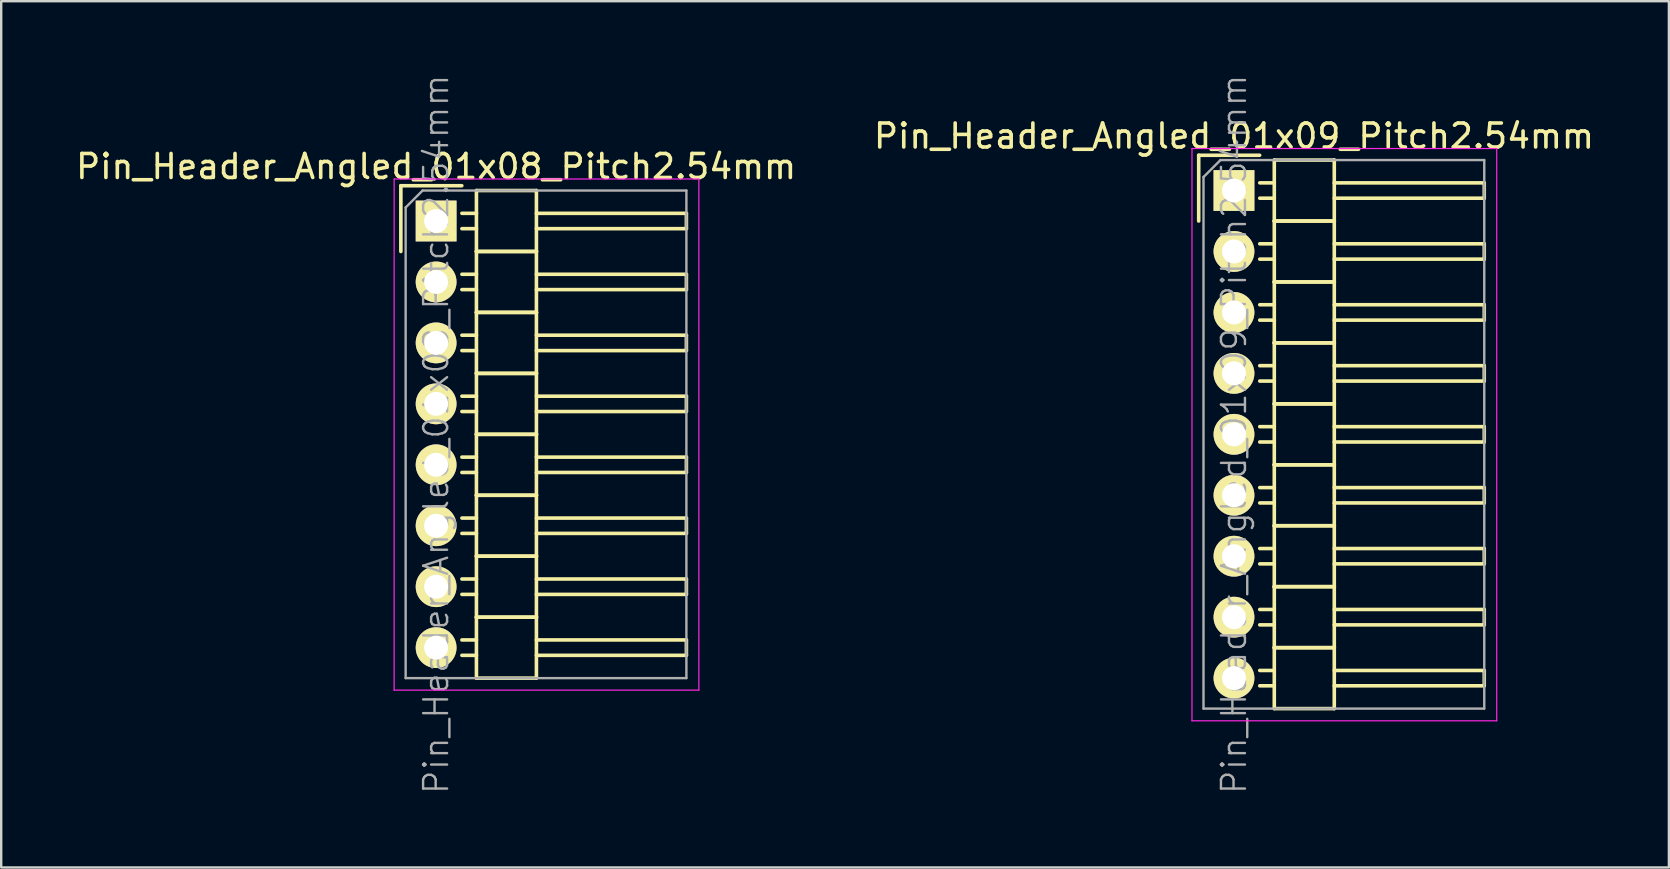
<source format=kicad_pcb>
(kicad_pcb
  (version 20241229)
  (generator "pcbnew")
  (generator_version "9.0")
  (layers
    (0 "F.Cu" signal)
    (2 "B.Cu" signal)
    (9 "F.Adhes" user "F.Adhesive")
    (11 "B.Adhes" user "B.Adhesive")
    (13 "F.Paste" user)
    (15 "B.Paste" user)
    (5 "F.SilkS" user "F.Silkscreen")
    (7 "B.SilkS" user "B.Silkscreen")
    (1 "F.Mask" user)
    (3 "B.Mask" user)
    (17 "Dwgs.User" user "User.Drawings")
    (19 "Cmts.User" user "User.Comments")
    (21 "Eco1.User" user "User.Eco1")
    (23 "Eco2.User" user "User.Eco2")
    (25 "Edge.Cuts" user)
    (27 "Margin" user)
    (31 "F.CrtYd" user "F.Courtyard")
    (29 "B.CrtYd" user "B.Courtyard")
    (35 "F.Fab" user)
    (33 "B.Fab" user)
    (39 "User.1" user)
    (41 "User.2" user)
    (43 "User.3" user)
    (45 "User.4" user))
  (footprint "Pin_Header_Angled_01x08_Pitch2.54mm"
    (layer "F.Cu")
    (at 15.125 6.16)
    (property "Reference" "Pin_Header_Angled_01x08_Pitch2.54mm" (at 0 -2.27 0) (layer "F.SilkS") (effects (font (size 1 1) (thickness 0.15))))
    (attr smd)
    (fp_line (start -1.47 -1.47) (end -1.47 1.27) (stroke (width 0.15) (type solid)) (layer "F.SilkS"))
    (fp_line (start -1.47 -1.47) (end 1.07 -1.47) (stroke (width 0.15) (type solid)) (layer "F.SilkS"))
    (fp_line (start 1.68 -0.32) (end 1.075 -0.32) (stroke (width 0.15) (type solid)) (layer "F.SilkS"))
    (fp_line (start 1.68 0.32) (end 1.075 0.32) (stroke (width 0.15) (type solid)) (layer "F.SilkS"))
    (fp_line (start 1.68 1.27) (end 1.68 -1.27) (stroke (width 0.15) (type solid)) (layer "F.SilkS"))
    (fp_line (start 1.68 2.22) (end 1.075 2.22) (stroke (width 0.15) (type solid)) (layer "F.SilkS"))
    (fp_line (start 1.68 2.86) (end 1.075 2.86) (stroke (width 0.15) (type solid)) (layer "F.SilkS"))
    (fp_line (start 1.68 3.81) (end 1.68 1.27) (stroke (width 0.15) (type solid)) (layer "F.SilkS"))
    (fp_line (start 1.68 4.76) (end 1.075 4.76) (stroke (width 0.15) (type solid)) (layer "F.SilkS"))
    (fp_line (start 1.68 5.4) (end 1.075 5.4) (stroke (width 0.15) (type solid)) (layer "F.SilkS"))
    (fp_line (start 1.68 6.35) (end 1.68 3.81) (stroke (width 0.15) (type solid)) (layer "F.SilkS"))
    (fp_line (start 1.68 7.3) (end 1.075 7.3) (stroke (width 0.15) (type solid)) (layer "F.SilkS"))
    (fp_line (start 1.68 7.94) (end 1.075 7.94) (stroke (width 0.15) (type solid)) (layer "F.SilkS"))
    (fp_line (start 1.68 8.89) (end 1.68 6.35) (stroke (width 0.15) (type solid)) (layer "F.SilkS"))
    (fp_line (start 1.68 9.84) (end 1.075 9.84) (stroke (width 0.15) (type solid)) (layer "F.SilkS"))
    (fp_line (start 1.68 10.48) (end 1.075 10.48) (stroke (width 0.15) (type solid)) (layer "F.SilkS"))
    (fp_line (start 1.68 11.43) (end 1.68 8.89) (stroke (width 0.15) (type solid)) (layer "F.SilkS"))
    (fp_line (start 1.68 12.38) (end 1.075 12.38) (stroke (width 0.15) (type solid)) (layer "F.SilkS"))
    (fp_line (start 1.68 13.02) (end 1.075 13.02) (stroke (width 0.15) (type solid)) (layer "F.SilkS"))
    (fp_line (start 1.68 13.97) (end 1.68 11.43) (stroke (width 0.15) (type solid)) (layer "F.SilkS"))
    (fp_line (start 1.68 14.92) (end 1.075 14.92) (stroke (width 0.15) (type solid)) (layer "F.SilkS"))
    (fp_line (start 1.68 15.56) (end 1.075 15.56) (stroke (width 0.15) (type solid)) (layer "F.SilkS"))
    (fp_line (start 1.68 16.51) (end 1.68 13.97) (stroke (width 0.15) (type solid)) (layer "F.SilkS"))
    (fp_line (start 1.68 17.46) (end 1.075 17.46) (stroke (width 0.15) (type solid)) (layer "F.SilkS"))
    (fp_line (start 1.68 18.1) (end 1.075 18.1) (stroke (width 0.15) (type solid)) (layer "F.SilkS"))
    (fp_line (start 1.68 19.05) (end 1.68 16.51) (stroke (width 0.15) (type solid)) (layer "F.SilkS"))
    (fp_line (start 4.18 -1.27) (end 1.68 -1.27) (stroke (width 0.15) (type solid)) (layer "F.SilkS"))
    (fp_line (start 4.18 -0.32) (end 10.43 -0.32) (stroke (width 0.15) (type solid)) (layer "F.SilkS"))
    (fp_line (start 4.18 0.32) (end 10.43 0.32) (stroke (width 0.15) (type solid)) (layer "F.SilkS"))
    (fp_line (start 4.18 1.27) (end 1.68 1.27) (stroke (width 0.15) (type solid)) (layer "F.SilkS"))
    (fp_line (start 4.18 1.27) (end 1.68 1.27) (stroke (width 0.15) (type solid)) (layer "F.SilkS"))
    (fp_line (start 4.18 1.27) (end 4.18 -1.27) (stroke (width 0.15) (type solid)) (layer "F.SilkS"))
    (fp_line (start 4.18 2.22) (end 10.43 2.22) (stroke (width 0.15) (type solid)) (layer "F.SilkS"))
    (fp_line (start 4.18 2.86) (end 10.43 2.86) (stroke (width 0.15) (type solid)) (layer "F.SilkS"))
    (fp_line (start 4.18 3.81) (end 1.68 3.81) (stroke (width 0.15) (type solid)) (layer "F.SilkS"))
    (fp_line (start 4.18 3.81) (end 1.68 3.81) (stroke (width 0.15) (type solid)) (layer "F.SilkS"))
    (fp_line (start 4.18 3.81) (end 4.18 1.27) (stroke (width 0.15) (type solid)) (layer "F.SilkS"))
    (fp_line (start 4.18 4.76) (end 10.43 4.76) (stroke (width 0.15) (type solid)) (layer "F.SilkS"))
    (fp_line (start 4.18 5.4) (end 10.43 5.4) (stroke (width 0.15) (type solid)) (layer "F.SilkS"))
    (fp_line (start 4.18 6.35) (end 1.68 6.35) (stroke (width 0.15) (type solid)) (layer "F.SilkS"))
    (fp_line (start 4.18 6.35) (end 1.68 6.35) (stroke (width 0.15) (type solid)) (layer "F.SilkS"))
    (fp_line (start 4.18 6.35) (end 4.18 3.81) (stroke (width 0.15) (type solid)) (layer "F.SilkS"))
    (fp_line (start 4.18 7.3) (end 10.43 7.3) (stroke (width 0.15) (type solid)) (layer "F.SilkS"))
    (fp_line (start 4.18 7.94) (end 10.43 7.94) (stroke (width 0.15) (type solid)) (layer "F.SilkS"))
    (fp_line (start 4.18 8.89) (end 1.68 8.89) (stroke (width 0.15) (type solid)) (layer "F.SilkS"))
    (fp_line (start 4.18 8.89) (end 1.68 8.89) (stroke (width 0.15) (type solid)) (layer "F.SilkS"))
    (fp_line (start 4.18 8.89) (end 4.18 6.35) (stroke (width 0.15) (type solid)) (layer "F.SilkS"))
    (fp_line (start 4.18 9.84) (end 10.43 9.84) (stroke (width 0.15) (type solid)) (layer "F.SilkS"))
    (fp_line (start 4.18 10.48) (end 10.43 10.48) (stroke (width 0.15) (type solid)) (layer "F.SilkS"))
    (fp_line (start 4.18 11.43) (end 1.68 11.43) (stroke (width 0.15) (type solid)) (layer "F.SilkS"))
    (fp_line (start 4.18 11.43) (end 1.68 11.43) (stroke (width 0.15) (type solid)) (layer "F.SilkS"))
    (fp_line (start 4.18 11.43) (end 4.18 8.89) (stroke (width 0.15) (type solid)) (layer "F.SilkS"))
    (fp_line (start 4.18 12.38) (end 10.43 12.38) (stroke (width 0.15) (type solid)) (layer "F.SilkS"))
    (fp_line (start 4.18 13.02) (end 10.43 13.02) (stroke (width 0.15) (type solid)) (layer "F.SilkS"))
    (fp_line (start 4.18 13.97) (end 1.68 13.97) (stroke (width 0.15) (type solid)) (layer "F.SilkS"))
    (fp_line (start 4.18 13.97) (end 1.68 13.97) (stroke (width 0.15) (type solid)) (layer "F.SilkS"))
    (fp_line (start 4.18 13.97) (end 4.18 11.43) (stroke (width 0.15) (type solid)) (layer "F.SilkS"))
    (fp_line (start 4.18 14.92) (end 10.43 14.92) (stroke (width 0.15) (type solid)) (layer "F.SilkS"))
    (fp_line (start 4.18 15.56) (end 10.43 15.56) (stroke (width 0.15) (type solid)) (layer "F.SilkS"))
    (fp_line (start 4.18 16.51) (end 1.68 16.51) (stroke (width 0.15) (type solid)) (layer "F.SilkS"))
    (fp_line (start 4.18 16.51) (end 1.68 16.51) (stroke (width 0.15) (type solid)) (layer "F.SilkS"))
    (fp_line (start 4.18 16.51) (end 4.18 13.97) (stroke (width 0.15) (type solid)) (layer "F.SilkS"))
    (fp_line (start 4.18 17.46) (end 10.43 17.46) (stroke (width 0.15) (type solid)) (layer "F.SilkS"))
    (fp_line (start 4.18 18.1) (end 10.43 18.1) (stroke (width 0.15) (type solid)) (layer "F.SilkS"))
    (fp_line (start 4.18 19.05) (end 1.68 19.05) (stroke (width 0.15) (type solid)) (layer "F.SilkS"))
    (fp_line (start 4.18 19.05) (end 4.18 16.51) (stroke (width 0.15) (type solid)) (layer "F.SilkS"))
    (fp_line (start 10.43 0.32) (end 10.43 -0.32) (stroke (width 0.15) (type solid)) (layer "F.SilkS"))
    (fp_line (start 10.43 2.86) (end 10.43 2.22) (stroke (width 0.15) (type solid)) (layer "F.SilkS"))
    (fp_line (start 10.43 5.4) (end 10.43 4.76) (stroke (width 0.15) (type solid)) (layer "F.SilkS"))
    (fp_line (start 10.43 7.94) (end 10.43 7.3) (stroke (width 0.15) (type solid)) (layer "F.SilkS"))
    (fp_line (start 10.43 10.48) (end 10.43 9.84) (stroke (width 0.15) (type solid)) (layer "F.SilkS"))
    (fp_line (start 10.43 13.02) (end 10.43 12.38) (stroke (width 0.15) (type solid)) (layer "F.SilkS"))
    (fp_line (start 10.43 15.56) (end 10.43 14.92) (stroke (width 0.15) (type solid)) (layer "F.SilkS"))
    (fp_line (start 10.43 18.1) (end 10.43 17.46) (stroke (width 0.15) (type solid)) (layer "F.SilkS"))
    (fp_line (start -1.75 -1.75) (end -1.75 19.55) (stroke (width 0.05) (type solid)) (layer "F.CrtYd"))
    (fp_line (start 10.95 -1.75) (end -1.75 -1.75) (stroke (width 0.05) (type solid)) (layer "F.CrtYd"))
    (fp_line (start 10.95 -1.75) (end 10.95 19.55) (stroke (width 0.05) (type solid)) (layer "F.CrtYd"))
    (fp_line (start 10.95 19.55) (end -1.75 19.55) (stroke (width 0.05) (type solid)) (layer "F.CrtYd"))
    (fp_line (start -1.27 -0.563) (end -0.563 -1.27) (stroke (width 0.1) (type solid)) (layer "F.Fab"))
    (fp_line (start -1.27 19.05) (end -1.27 -0.563) (stroke (width 0.1) (type solid)) (layer "F.Fab"))
    (fp_line (start 10.43 -1.27) (end -0.563 -1.27) (stroke (width 0.1) (type solid)) (layer "F.Fab"))
    (fp_line (start 10.43 19.05) (end -1.27 19.05) (stroke (width 0.1) (type solid)) (layer "F.Fab"))
    (fp_line (start 10.43 19.05) (end 10.43 -1.27) (stroke (width 0.1) (type solid)) (layer "F.Fab"))
    (fp_text user "${REFERENCE}" (at 0 8.89 90) (layer "F.Fab") (effects (font (size 1 1) (thickness 0.1))))
    (pad "1" thru_hole rect (at 0 0) (size 1.7 1.7) (drill 1) (layers "*.Cu" "*.Mask" "F.SilkS"))
    (pad "2" thru_hole oval (at 0 2.54) (size 1.7 1.7) (drill 1) (layers "*.Cu" "*.Mask" "F.SilkS"))
    (pad "3" thru_hole oval (at 0 5.08) (size 1.7 1.7) (drill 1) (layers "*.Cu" "*.Mask" "F.SilkS"))
    (pad "4" thru_hole oval (at 0 7.62) (size 1.7 1.7) (drill 1) (layers "*.Cu" "*.Mask" "F.SilkS"))
    (pad "5" thru_hole oval (at 0 10.16) (size 1.7 1.7) (drill 1) (layers "*.Cu" "*.Mask" "F.SilkS"))
    (pad "6" thru_hole oval (at 0 12.7) (size 1.7 1.7) (drill 1) (layers "*.Cu" "*.Mask" "F.SilkS"))
    (pad "7" thru_hole oval (at 0 15.24) (size 1.7 1.7) (drill 1) (layers "*.Cu" "*.Mask" "F.SilkS"))
    (pad "8" thru_hole oval (at 0 17.78) (size 1.7 1.7) (drill 1) (layers "*.Cu" "*.Mask" "F.SilkS")))
  (footprint "Pin_Header_Angled_01x09_Pitch2.54mm"
    (layer "F.Cu")
    (at 48.375 4.89)
    (property "Reference" "Pin_Header_Angled_01x09_Pitch2.54mm" (at 0 -2.27 0) (layer "F.SilkS") (effects (font (size 1 1) (thickness 0.15))))
    (attr smd)
    (fp_line (start -1.47 -1.47) (end -1.47 1.27) (stroke (width 0.15) (type solid)) (layer "F.SilkS"))
    (fp_line (start -1.47 -1.47) (end 1.07 -1.47) (stroke (width 0.15) (type solid)) (layer "F.SilkS"))
    (fp_line (start 1.68 -0.32) (end 1.075 -0.32) (stroke (width 0.15) (type solid)) (layer "F.SilkS"))
    (fp_line (start 1.68 0.32) (end 1.075 0.32) (stroke (width 0.15) (type solid)) (layer "F.SilkS"))
    (fp_line (start 1.68 1.27) (end 1.68 -1.27) (stroke (width 0.15) (type solid)) (layer "F.SilkS"))
    (fp_line (start 1.68 2.22) (end 1.075 2.22) (stroke (width 0.15) (type solid)) (layer "F.SilkS"))
    (fp_line (start 1.68 2.86) (end 1.075 2.86) (stroke (width 0.15) (type solid)) (layer "F.SilkS"))
    (fp_line (start 1.68 3.81) (end 1.68 1.27) (stroke (width 0.15) (type solid)) (layer "F.SilkS"))
    (fp_line (start 1.68 4.76) (end 1.075 4.76) (stroke (width 0.15) (type solid)) (layer "F.SilkS"))
    (fp_line (start 1.68 5.4) (end 1.075 5.4) (stroke (width 0.15) (type solid)) (layer "F.SilkS"))
    (fp_line (start 1.68 6.35) (end 1.68 3.81) (stroke (width 0.15) (type solid)) (layer "F.SilkS"))
    (fp_line (start 1.68 7.3) (end 1.075 7.3) (stroke (width 0.15) (type solid)) (layer "F.SilkS"))
    (fp_line (start 1.68 7.94) (end 1.075 7.94) (stroke (width 0.15) (type solid)) (layer "F.SilkS"))
    (fp_line (start 1.68 8.89) (end 1.68 6.35) (stroke (width 0.15) (type solid)) (layer "F.SilkS"))
    (fp_line (start 1.68 9.84) (end 1.075 9.84) (stroke (width 0.15) (type solid)) (layer "F.SilkS"))
    (fp_line (start 1.68 10.48) (end 1.075 10.48) (stroke (width 0.15) (type solid)) (layer "F.SilkS"))
    (fp_line (start 1.68 11.43) (end 1.68 8.89) (stroke (width 0.15) (type solid)) (layer "F.SilkS"))
    (fp_line (start 1.68 12.38) (end 1.075 12.38) (stroke (width 0.15) (type solid)) (layer "F.SilkS"))
    (fp_line (start 1.68 13.02) (end 1.075 13.02) (stroke (width 0.15) (type solid)) (layer "F.SilkS"))
    (fp_line (start 1.68 13.97) (end 1.68 11.43) (stroke (width 0.15) (type solid)) (layer "F.SilkS"))
    (fp_line (start 1.68 14.92) (end 1.075 14.92) (stroke (width 0.15) (type solid)) (layer "F.SilkS"))
    (fp_line (start 1.68 15.56) (end 1.075 15.56) (stroke (width 0.15) (type solid)) (layer "F.SilkS"))
    (fp_line (start 1.68 16.51) (end 1.68 13.97) (stroke (width 0.15) (type solid)) (layer "F.SilkS"))
    (fp_line (start 1.68 17.46) (end 1.075 17.46) (stroke (width 0.15) (type solid)) (layer "F.SilkS"))
    (fp_line (start 1.68 18.1) (end 1.075 18.1) (stroke (width 0.15) (type solid)) (layer "F.SilkS"))
    (fp_line (start 1.68 19.05) (end 1.68 16.51) (stroke (width 0.15) (type solid)) (layer "F.SilkS"))
    (fp_line (start 1.68 20) (end 1.075 20) (stroke (width 0.15) (type solid)) (layer "F.SilkS"))
    (fp_line (start 1.68 20.64) (end 1.075 20.64) (stroke (width 0.15) (type solid)) (layer "F.SilkS"))
    (fp_line (start 1.68 21.59) (end 1.68 19.05) (stroke (width 0.15) (type solid)) (layer "F.SilkS"))
    (fp_line (start 4.18 -1.27) (end 1.68 -1.27) (stroke (width 0.15) (type solid)) (layer "F.SilkS"))
    (fp_line (start 4.18 -0.32) (end 10.43 -0.32) (stroke (width 0.15) (type solid)) (layer "F.SilkS"))
    (fp_line (start 4.18 0.32) (end 10.43 0.32) (stroke (width 0.15) (type solid)) (layer "F.SilkS"))
    (fp_line (start 4.18 1.27) (end 1.68 1.27) (stroke (width 0.15) (type solid)) (layer "F.SilkS"))
    (fp_line (start 4.18 1.27) (end 1.68 1.27) (stroke (width 0.15) (type solid)) (layer "F.SilkS"))
    (fp_line (start 4.18 1.27) (end 4.18 -1.27) (stroke (width 0.15) (type solid)) (layer "F.SilkS"))
    (fp_line (start 4.18 2.22) (end 10.43 2.22) (stroke (width 0.15) (type solid)) (layer "F.SilkS"))
    (fp_line (start 4.18 2.86) (end 10.43 2.86) (stroke (width 0.15) (type solid)) (layer "F.SilkS"))
    (fp_line (start 4.18 3.81) (end 1.68 3.81) (stroke (width 0.15) (type solid)) (layer "F.SilkS"))
    (fp_line (start 4.18 3.81) (end 1.68 3.81) (stroke (width 0.15) (type solid)) (layer "F.SilkS"))
    (fp_line (start 4.18 3.81) (end 4.18 1.27) (stroke (width 0.15) (type solid)) (layer "F.SilkS"))
    (fp_line (start 4.18 4.76) (end 10.43 4.76) (stroke (width 0.15) (type solid)) (layer "F.SilkS"))
    (fp_line (start 4.18 5.4) (end 10.43 5.4) (stroke (width 0.15) (type solid)) (layer "F.SilkS"))
    (fp_line (start 4.18 6.35) (end 1.68 6.35) (stroke (width 0.15) (type solid)) (layer "F.SilkS"))
    (fp_line (start 4.18 6.35) (end 1.68 6.35) (stroke (width 0.15) (type solid)) (layer "F.SilkS"))
    (fp_line (start 4.18 6.35) (end 4.18 3.81) (stroke (width 0.15) (type solid)) (layer "F.SilkS"))
    (fp_line (start 4.18 7.3) (end 10.43 7.3) (stroke (width 0.15) (type solid)) (layer "F.SilkS"))
    (fp_line (start 4.18 7.94) (end 10.43 7.94) (stroke (width 0.15) (type solid)) (layer "F.SilkS"))
    (fp_line (start 4.18 8.89) (end 1.68 8.89) (stroke (width 0.15) (type solid)) (layer "F.SilkS"))
    (fp_line (start 4.18 8.89) (end 1.68 8.89) (stroke (width 0.15) (type solid)) (layer "F.SilkS"))
    (fp_line (start 4.18 8.89) (end 4.18 6.35) (stroke (width 0.15) (type solid)) (layer "F.SilkS"))
    (fp_line (start 4.18 9.84) (end 10.43 9.84) (stroke (width 0.15) (type solid)) (layer "F.SilkS"))
    (fp_line (start 4.18 10.48) (end 10.43 10.48) (stroke (width 0.15) (type solid)) (layer "F.SilkS"))
    (fp_line (start 4.18 11.43) (end 1.68 11.43) (stroke (width 0.15) (type solid)) (layer "F.SilkS"))
    (fp_line (start 4.18 11.43) (end 1.68 11.43) (stroke (width 0.15) (type solid)) (layer "F.SilkS"))
    (fp_line (start 4.18 11.43) (end 4.18 8.89) (stroke (width 0.15) (type solid)) (layer "F.SilkS"))
    (fp_line (start 4.18 12.38) (end 10.43 12.38) (stroke (width 0.15) (type solid)) (layer "F.SilkS"))
    (fp_line (start 4.18 13.02) (end 10.43 13.02) (stroke (width 0.15) (type solid)) (layer "F.SilkS"))
    (fp_line (start 4.18 13.97) (end 1.68 13.97) (stroke (width 0.15) (type solid)) (layer "F.SilkS"))
    (fp_line (start 4.18 13.97) (end 1.68 13.97) (stroke (width 0.15) (type solid)) (layer "F.SilkS"))
    (fp_line (start 4.18 13.97) (end 4.18 11.43) (stroke (width 0.15) (type solid)) (layer "F.SilkS"))
    (fp_line (start 4.18 14.92) (end 10.43 14.92) (stroke (width 0.15) (type solid)) (layer "F.SilkS"))
    (fp_line (start 4.18 15.56) (end 10.43 15.56) (stroke (width 0.15) (type solid)) (layer "F.SilkS"))
    (fp_line (start 4.18 16.51) (end 1.68 16.51) (stroke (width 0.15) (type solid)) (layer "F.SilkS"))
    (fp_line (start 4.18 16.51) (end 1.68 16.51) (stroke (width 0.15) (type solid)) (layer "F.SilkS"))
    (fp_line (start 4.18 16.51) (end 4.18 13.97) (stroke (width 0.15) (type solid)) (layer "F.SilkS"))
    (fp_line (start 4.18 17.46) (end 10.43 17.46) (stroke (width 0.15) (type solid)) (layer "F.SilkS"))
    (fp_line (start 4.18 18.1) (end 10.43 18.1) (stroke (width 0.15) (type solid)) (layer "F.SilkS"))
    (fp_line (start 4.18 19.05) (end 1.68 19.05) (stroke (width 0.15) (type solid)) (layer "F.SilkS"))
    (fp_line (start 4.18 19.05) (end 1.68 19.05) (stroke (width 0.15) (type solid)) (layer "F.SilkS"))
    (fp_line (start 4.18 19.05) (end 4.18 16.51) (stroke (width 0.15) (type solid)) (layer "F.SilkS"))
    (fp_line (start 4.18 20) (end 10.43 20) (stroke (width 0.15) (type solid)) (layer "F.SilkS"))
    (fp_line (start 4.18 20.64) (end 10.43 20.64) (stroke (width 0.15) (type solid)) (layer "F.SilkS"))
    (fp_line (start 4.18 21.59) (end 1.68 21.59) (stroke (width 0.15) (type solid)) (layer "F.SilkS"))
    (fp_line (start 4.18 21.59) (end 4.18 19.05) (stroke (width 0.15) (type solid)) (layer "F.SilkS"))
    (fp_line (start 10.43 0.32) (end 10.43 -0.32) (stroke (width 0.15) (type solid)) (layer "F.SilkS"))
    (fp_line (start 10.43 2.86) (end 10.43 2.22) (stroke (width 0.15) (type solid)) (layer "F.SilkS"))
    (fp_line (start 10.43 5.4) (end 10.43 4.76) (stroke (width 0.15) (type solid)) (layer "F.SilkS"))
    (fp_line (start 10.43 7.94) (end 10.43 7.3) (stroke (width 0.15) (type solid)) (layer "F.SilkS"))
    (fp_line (start 10.43 10.48) (end 10.43 9.84) (stroke (width 0.15) (type solid)) (layer "F.SilkS"))
    (fp_line (start 10.43 13.02) (end 10.43 12.38) (stroke (width 0.15) (type solid)) (layer "F.SilkS"))
    (fp_line (start 10.43 15.56) (end 10.43 14.92) (stroke (width 0.15) (type solid)) (layer "F.SilkS"))
    (fp_line (start 10.43 18.1) (end 10.43 17.46) (stroke (width 0.15) (type solid)) (layer "F.SilkS"))
    (fp_line (start 10.43 20.64) (end 10.43 20) (stroke (width 0.15) (type solid)) (layer "F.SilkS"))
    (fp_line (start -1.75 -1.75) (end -1.75 22.1) (stroke (width 0.05) (type solid)) (layer "F.CrtYd"))
    (fp_line (start 10.95 -1.75) (end -1.75 -1.75) (stroke (width 0.05) (type solid)) (layer "F.CrtYd"))
    (fp_line (start 10.95 -1.75) (end 10.95 22.1) (stroke (width 0.05) (type solid)) (layer "F.CrtYd"))
    (fp_line (start 10.95 22.1) (end -1.75 22.1) (stroke (width 0.05) (type solid)) (layer "F.CrtYd"))
    (fp_line (start -1.27 -0.563) (end -0.563 -1.27) (stroke (width 0.1) (type solid)) (layer "F.Fab"))
    (fp_line (start -1.27 21.59) (end -1.27 -0.563) (stroke (width 0.1) (type solid)) (layer "F.Fab"))
    (fp_line (start 10.43 -1.27) (end -0.563 -1.27) (stroke (width 0.1) (type solid)) (layer "F.Fab"))
    (fp_line (start 10.43 21.59) (end -1.27 21.59) (stroke (width 0.1) (type solid)) (layer "F.Fab"))
    (fp_line (start 10.43 21.59) (end 10.43 -1.27) (stroke (width 0.1) (type solid)) (layer "F.Fab"))
    (fp_text user "${REFERENCE}" (at 0 10.16 90) (layer "F.Fab") (effects (font (size 1 1) (thickness 0.1))))
    (pad "1" thru_hole rect (at 0 0) (size 1.7 1.7) (drill 1) (layers "*.Cu" "*.Mask" "F.SilkS"))
    (pad "2" thru_hole oval (at 0 2.54) (size 1.7 1.7) (drill 1) (layers "*.Cu" "*.Mask" "F.SilkS"))
    (pad "3" thru_hole oval (at 0 5.08) (size 1.7 1.7) (drill 1) (layers "*.Cu" "*.Mask" "F.SilkS"))
    (pad "4" thru_hole oval (at 0 7.62) (size 1.7 1.7) (drill 1) (layers "*.Cu" "*.Mask" "F.SilkS"))
    (pad "5" thru_hole oval (at 0 10.16) (size 1.7 1.7) (drill 1) (layers "*.Cu" "*.Mask" "F.SilkS"))
    (pad "6" thru_hole oval (at 0 12.7) (size 1.7 1.7) (drill 1) (layers "*.Cu" "*.Mask" "F.SilkS"))
    (pad "7" thru_hole oval (at 0 15.24) (size 1.7 1.7) (drill 1) (layers "*.Cu" "*.Mask" "F.SilkS"))
    (pad "8" thru_hole oval (at 0 17.78) (size 1.7 1.7) (drill 1) (layers "*.Cu" "*.Mask" "F.SilkS"))
    (pad "9" thru_hole oval (at 0 20.32) (size 1.7 1.7) (drill 1) (layers "*.Cu" "*.Mask" "F.SilkS")))
  (gr_rect
    (start -3 -3)
    (end 66.5 33.1)
    (stroke (width 0.1) (type default))
    (fill no)
    (layer "Edge.Cuts")))
</source>
